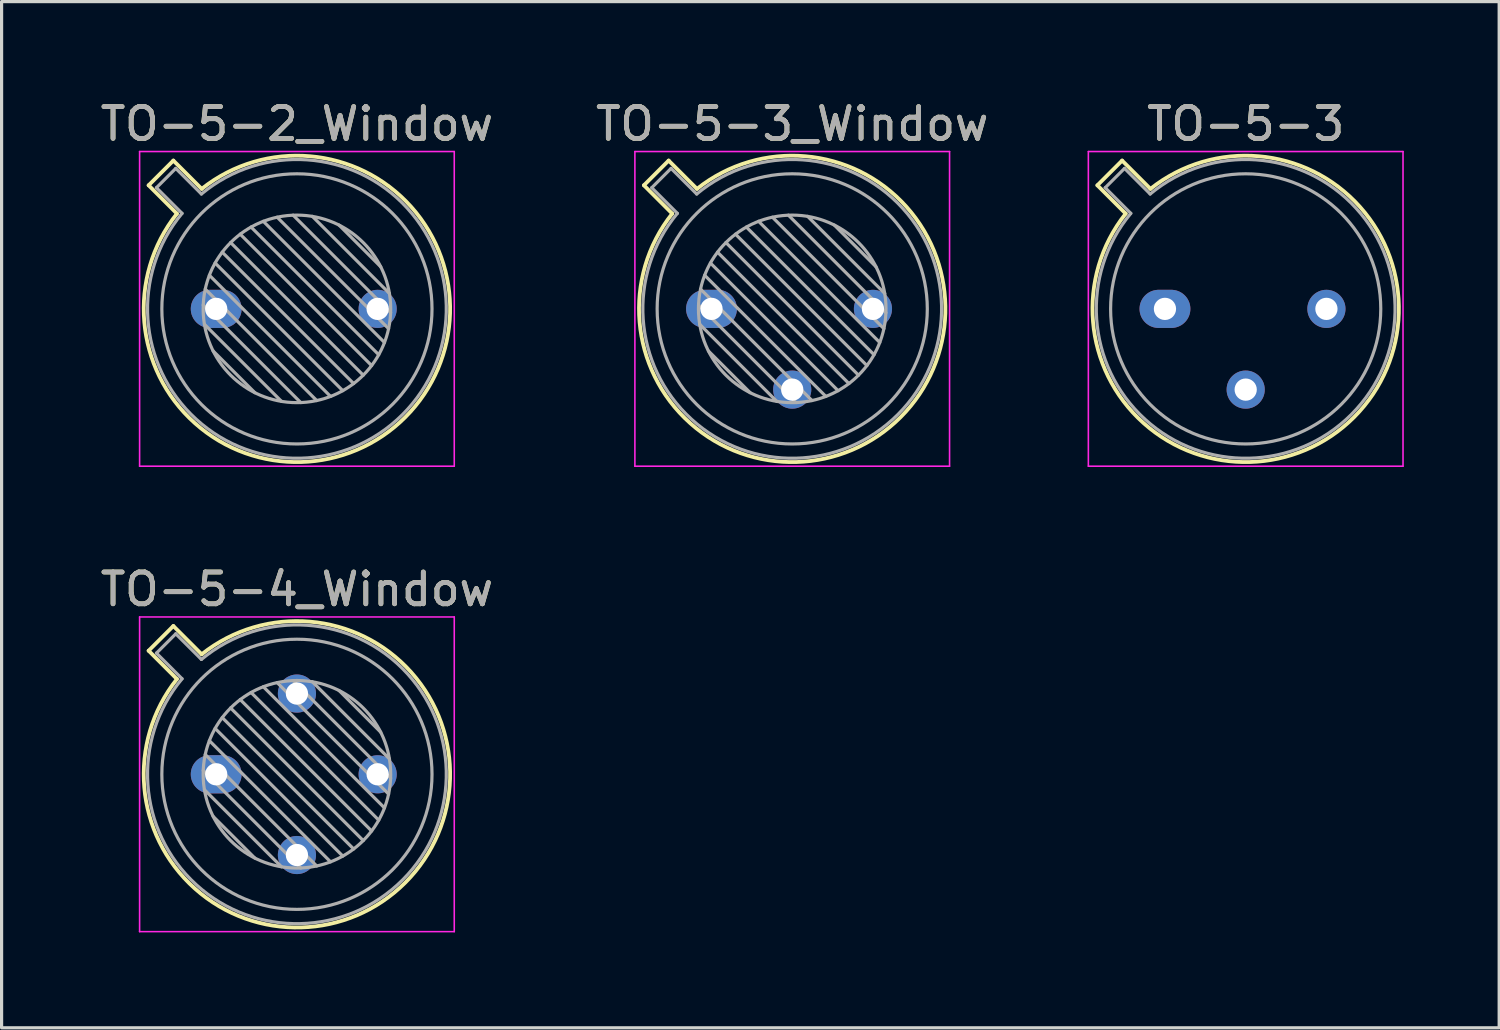
<source format=kicad_pcb>
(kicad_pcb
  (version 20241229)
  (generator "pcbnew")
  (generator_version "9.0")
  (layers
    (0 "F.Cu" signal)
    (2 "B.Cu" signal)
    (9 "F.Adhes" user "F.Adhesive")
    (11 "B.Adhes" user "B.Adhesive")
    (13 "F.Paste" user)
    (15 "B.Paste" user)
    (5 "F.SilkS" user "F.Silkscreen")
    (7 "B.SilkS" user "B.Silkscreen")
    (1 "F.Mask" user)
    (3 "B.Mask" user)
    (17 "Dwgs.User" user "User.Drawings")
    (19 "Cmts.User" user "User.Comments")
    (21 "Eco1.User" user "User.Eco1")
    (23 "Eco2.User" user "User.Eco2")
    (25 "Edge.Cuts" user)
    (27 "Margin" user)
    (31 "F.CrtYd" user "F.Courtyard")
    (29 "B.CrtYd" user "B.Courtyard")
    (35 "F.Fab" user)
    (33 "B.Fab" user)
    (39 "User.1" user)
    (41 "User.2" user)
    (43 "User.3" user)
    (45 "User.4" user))
  (footprint "TO-5-2_Window"
    (layer "F.Cu")
    (at 3.752 6.668)
    (property "Reference" "TO-5-2_Window" (at 2.54 -5.82 0) (layer "F.SilkS") (effects (font (size 1 1) (thickness 0.15))))
    (attr through_hole)
    (fp_line (start -2.126 -3.888) (end -1.235 -2.997) (stroke (width 0.12) (type solid)) (layer "F.SilkS"))
    (fp_line (start -1.348 -4.666) (end -2.126 -3.888) (stroke (width 0.12) (type solid)) (layer "F.SilkS"))
    (fp_line (start -0.457 -3.775) (end -1.348 -4.666) (stroke (width 0.12) (type solid)) (layer "F.SilkS"))
    (fp_arc (start -0.457084 -3.774902) (mid 5.948125 3.408384) (end -1.234674 -2.997371) (stroke (width 0.12) (type solid)) (layer "F.SilkS"))
    (fp_line (start -2.41 -4.95) (end -2.41 4.95) (stroke (width 0.05) (type solid)) (layer "F.CrtYd"))
    (fp_line (start -2.41 4.95) (end 7.49 4.95) (stroke (width 0.05) (type solid)) (layer "F.CrtYd"))
    (fp_line (start 7.49 -4.95) (end -2.41 -4.95) (stroke (width 0.05) (type solid)) (layer "F.CrtYd"))
    (fp_line (start 7.49 4.95) (end 7.49 -4.95) (stroke (width 0.05) (type solid)) (layer "F.CrtYd"))
    (fp_line (start -1.88 -3.812) (end -1.074 -3.005) (stroke (width 0.1) (type solid)) (layer "F.Fab"))
    (fp_line (start -1.272 -4.42) (end -1.88 -3.812) (stroke (width 0.1) (type solid)) (layer "F.Fab"))
    (fp_line (start -0.465 -3.614) (end -1.272 -4.42) (stroke (width 0.1) (type solid)) (layer "F.Fab"))
    (fp_line (start -0.408 -0.12) (end 2.66 2.948) (stroke (width 0.1) (type solid)) (layer "F.Fab"))
    (fp_line (start -0.371 0.485) (end 2.055 2.911) (stroke (width 0.1) (type solid)) (layer "F.Fab"))
    (fp_line (start -0.344 -0.622) (end 3.162 2.884) (stroke (width 0.1) (type solid)) (layer "F.Fab"))
    (fp_line (start -0.215 -1.058) (end 3.598 2.755) (stroke (width 0.1) (type solid)) (layer "F.Fab"))
    (fp_line (start -0.097 1.324) (end 1.216 2.637) (stroke (width 0.1) (type solid)) (layer "F.Fab"))
    (fp_line (start -0.034 -1.443) (end 3.983 2.574) (stroke (width 0.1) (type solid)) (layer "F.Fab"))
    (fp_line (start 0.19 -1.784) (end 4.324 2.35) (stroke (width 0.1) (type solid)) (layer "F.Fab"))
    (fp_line (start 0.454 -2.086) (end 4.626 2.086) (stroke (width 0.1) (type solid)) (layer "F.Fab"))
    (fp_line (start 0.756 -2.35) (end 4.89 1.784) (stroke (width 0.1) (type solid)) (layer "F.Fab"))
    (fp_line (start 1.097 -2.574) (end 5.114 1.443) (stroke (width 0.1) (type solid)) (layer "F.Fab"))
    (fp_line (start 1.482 -2.755) (end 5.295 1.058) (stroke (width 0.1) (type solid)) (layer "F.Fab"))
    (fp_line (start 1.918 -2.884) (end 5.424 0.622) (stroke (width 0.1) (type solid)) (layer "F.Fab"))
    (fp_line (start 2.42 -2.948) (end 5.488 0.12) (stroke (width 0.1) (type solid)) (layer "F.Fab"))
    (fp_line (start 3.025 -2.911) (end 5.451 -0.485) (stroke (width 0.1) (type solid)) (layer "F.Fab"))
    (fp_line (start 3.864 -2.637) (end 5.177 -1.324) (stroke (width 0.1) (type solid)) (layer "F.Fab"))
    (fp_arc (start -0.465408 -3.61352) (mid 5.863443 3.323361) (end -1.073594 -3.005319) (stroke (width 0.1) (type solid)) (layer "F.Fab"))
    (fp_circle (center 2.54 0) (end 5.49 0) (stroke (width 0.1) (type solid)) (fill no) (layer "F.Fab"))
    (fp_circle (center 2.54 0) (end 6.79 0) (stroke (width 0.1) (type solid)) (fill no) (layer "F.Fab"))
    (fp_text user "${REFERENCE}" (at 2.54 -5.82 0) (layer "F.Fab") (effects (font (size 1 1) (thickness 0.15))))
    (pad "1" thru_hole oval (at 0 0) (size 1.6 1.2) (drill 0.7) (layers "*.Cu" "*.Mask"))
    (pad "2" thru_hole oval (at 5.08 0) (size 1.2 1.2) (drill 0.7) (layers "*.Cu" "*.Mask")))
  (footprint "TO-5-3_Window"
    (layer "F.Cu")
    (at 19.335 6.668)
    (property "Reference" "TO-5-3_Window" (at 2.54 -5.82 0) (layer "F.SilkS") (effects (font (size 1 1) (thickness 0.15))))
    (attr through_hole)
    (fp_line (start -2.126 -3.888) (end -1.235 -2.997) (stroke (width 0.12) (type solid)) (layer "F.SilkS"))
    (fp_line (start -1.348 -4.666) (end -2.126 -3.888) (stroke (width 0.12) (type solid)) (layer "F.SilkS"))
    (fp_line (start -0.457 -3.775) (end -1.348 -4.666) (stroke (width 0.12) (type solid)) (layer "F.SilkS"))
    (fp_arc (start -0.457084 -3.774902) (mid 5.948125 3.408384) (end -1.234674 -2.997371) (stroke (width 0.12) (type solid)) (layer "F.SilkS"))
    (fp_line (start -2.41 -4.95) (end -2.41 4.95) (stroke (width 0.05) (type solid)) (layer "F.CrtYd"))
    (fp_line (start -2.41 4.95) (end 7.49 4.95) (stroke (width 0.05) (type solid)) (layer "F.CrtYd"))
    (fp_line (start 7.49 -4.95) (end -2.41 -4.95) (stroke (width 0.05) (type solid)) (layer "F.CrtYd"))
    (fp_line (start 7.49 4.95) (end 7.49 -4.95) (stroke (width 0.05) (type solid)) (layer "F.CrtYd"))
    (fp_line (start -1.88 -3.812) (end -1.074 -3.005) (stroke (width 0.1) (type solid)) (layer "F.Fab"))
    (fp_line (start -1.272 -4.42) (end -1.88 -3.812) (stroke (width 0.1) (type solid)) (layer "F.Fab"))
    (fp_line (start -0.465 -3.614) (end -1.272 -4.42) (stroke (width 0.1) (type solid)) (layer "F.Fab"))
    (fp_line (start -0.408 -0.12) (end 2.66 2.948) (stroke (width 0.1) (type solid)) (layer "F.Fab"))
    (fp_line (start -0.371 0.485) (end 2.055 2.911) (stroke (width 0.1) (type solid)) (layer "F.Fab"))
    (fp_line (start -0.344 -0.622) (end 3.162 2.884) (stroke (width 0.1) (type solid)) (layer "F.Fab"))
    (fp_line (start -0.215 -1.058) (end 3.598 2.755) (stroke (width 0.1) (type solid)) (layer "F.Fab"))
    (fp_line (start -0.097 1.324) (end 1.216 2.637) (stroke (width 0.1) (type solid)) (layer "F.Fab"))
    (fp_line (start -0.034 -1.443) (end 3.983 2.574) (stroke (width 0.1) (type solid)) (layer "F.Fab"))
    (fp_line (start 0.19 -1.784) (end 4.324 2.35) (stroke (width 0.1) (type solid)) (layer "F.Fab"))
    (fp_line (start 0.454 -2.086) (end 4.626 2.086) (stroke (width 0.1) (type solid)) (layer "F.Fab"))
    (fp_line (start 0.756 -2.35) (end 4.89 1.784) (stroke (width 0.1) (type solid)) (layer "F.Fab"))
    (fp_line (start 1.097 -2.574) (end 5.114 1.443) (stroke (width 0.1) (type solid)) (layer "F.Fab"))
    (fp_line (start 1.482 -2.755) (end 5.295 1.058) (stroke (width 0.1) (type solid)) (layer "F.Fab"))
    (fp_line (start 1.918 -2.884) (end 5.424 0.622) (stroke (width 0.1) (type solid)) (layer "F.Fab"))
    (fp_line (start 2.42 -2.948) (end 5.488 0.12) (stroke (width 0.1) (type solid)) (layer "F.Fab"))
    (fp_line (start 3.025 -2.911) (end 5.451 -0.485) (stroke (width 0.1) (type solid)) (layer "F.Fab"))
    (fp_line (start 3.864 -2.637) (end 5.177 -1.324) (stroke (width 0.1) (type solid)) (layer "F.Fab"))
    (fp_arc (start -0.465408 -3.61352) (mid 5.863443 3.323361) (end -1.073594 -3.005319) (stroke (width 0.1) (type solid)) (layer "F.Fab"))
    (fp_circle (center 2.54 0) (end 5.49 0) (stroke (width 0.1) (type solid)) (fill no) (layer "F.Fab"))
    (fp_circle (center 2.54 0) (end 6.79 0) (stroke (width 0.1) (type solid)) (fill no) (layer "F.Fab"))
    (fp_text user "${REFERENCE}" (at 2.54 -5.82 0) (layer "F.Fab") (effects (font (size 1 1) (thickness 0.15))))
    (pad "1" thru_hole oval (at 0 0) (size 1.6 1.2) (drill 0.7) (layers "*.Cu" "*.Mask"))
    (pad "2" thru_hole oval (at 2.54 2.54) (size 1.2 1.2) (drill 0.7) (layers "*.Cu" "*.Mask"))
    (pad "3" thru_hole oval (at 5.08 0) (size 1.2 1.2) (drill 0.7) (layers "*.Cu" "*.Mask")))
  (footprint "TO-5-3"
    (layer "F.Cu")
    (at 33.602 6.668)
    (property "Reference" "TO-5-3" (at 2.54 -5.82 0) (layer "F.SilkS") (effects (font (size 1 1) (thickness 0.15))))
    (attr through_hole)
    (fp_line (start -2.126 -3.888) (end -1.235 -2.997) (stroke (width 0.12) (type solid)) (layer "F.SilkS"))
    (fp_line (start -1.348 -4.666) (end -2.126 -3.888) (stroke (width 0.12) (type solid)) (layer "F.SilkS"))
    (fp_line (start -0.457 -3.775) (end -1.348 -4.666) (stroke (width 0.12) (type solid)) (layer "F.SilkS"))
    (fp_arc (start -0.457084 -3.774902) (mid 5.948125 3.408384) (end -1.234674 -2.997371) (stroke (width 0.12) (type solid)) (layer "F.SilkS"))
    (fp_line (start -2.41 -4.95) (end -2.41 4.95) (stroke (width 0.05) (type solid)) (layer "F.CrtYd"))
    (fp_line (start -2.41 4.95) (end 7.49 4.95) (stroke (width 0.05) (type solid)) (layer "F.CrtYd"))
    (fp_line (start 7.49 -4.95) (end -2.41 -4.95) (stroke (width 0.05) (type solid)) (layer "F.CrtYd"))
    (fp_line (start 7.49 4.95) (end 7.49 -4.95) (stroke (width 0.05) (type solid)) (layer "F.CrtYd"))
    (fp_line (start -1.88 -3.812) (end -1.074 -3.005) (stroke (width 0.1) (type solid)) (layer "F.Fab"))
    (fp_line (start -1.272 -4.42) (end -1.88 -3.812) (stroke (width 0.1) (type solid)) (layer "F.Fab"))
    (fp_line (start -0.465 -3.614) (end -1.272 -4.42) (stroke (width 0.1) (type solid)) (layer "F.Fab"))
    (fp_arc (start -0.465408 -3.61352) (mid 5.863443 3.323361) (end -1.073594 -3.005319) (stroke (width 0.1) (type solid)) (layer "F.Fab"))
    (fp_circle (center 2.54 0) (end 6.79 0) (stroke (width 0.1) (type solid)) (fill no) (layer "F.Fab"))
    (fp_text user "${REFERENCE}" (at 2.54 -5.82 0) (layer "F.Fab") (effects (font (size 1 1) (thickness 0.15))))
    (pad "1" thru_hole oval (at 0 0) (size 1.6 1.2) (drill 0.7) (layers "*.Cu" "*.Mask"))
    (pad "2" thru_hole oval (at 2.54 2.54) (size 1.2 1.2) (drill 0.7) (layers "*.Cu" "*.Mask"))
    (pad "3" thru_hole oval (at 5.08 0) (size 1.2 1.2) (drill 0.7) (layers "*.Cu" "*.Mask")))
  (footprint "TO-5-4_Window"
    (layer "F.Cu")
    (at 3.752 21.311)
    (property "Reference" "TO-5-4_Window" (at 2.54 -5.82 0) (layer "F.SilkS") (effects (font (size 1 1) (thickness 0.15))))
    (attr through_hole)
    (fp_line (start -2.126 -3.888) (end -1.235 -2.997) (stroke (width 0.12) (type solid)) (layer "F.SilkS"))
    (fp_line (start -1.348 -4.666) (end -2.126 -3.888) (stroke (width 0.12) (type solid)) (layer "F.SilkS"))
    (fp_line (start -0.457 -3.775) (end -1.348 -4.666) (stroke (width 0.12) (type solid)) (layer "F.SilkS"))
    (fp_arc (start -0.457084 -3.774902) (mid 5.948125 3.408384) (end -1.234674 -2.997371) (stroke (width 0.12) (type solid)) (layer "F.SilkS"))
    (fp_line (start -2.41 -4.95) (end -2.41 4.95) (stroke (width 0.05) (type solid)) (layer "F.CrtYd"))
    (fp_line (start -2.41 4.95) (end 7.49 4.95) (stroke (width 0.05) (type solid)) (layer "F.CrtYd"))
    (fp_line (start 7.49 -4.95) (end -2.41 -4.95) (stroke (width 0.05) (type solid)) (layer "F.CrtYd"))
    (fp_line (start 7.49 4.95) (end 7.49 -4.95) (stroke (width 0.05) (type solid)) (layer "F.CrtYd"))
    (fp_line (start -1.88 -3.812) (end -1.074 -3.005) (stroke (width 0.1) (type solid)) (layer "F.Fab"))
    (fp_line (start -1.272 -4.42) (end -1.88 -3.812) (stroke (width 0.1) (type solid)) (layer "F.Fab"))
    (fp_line (start -0.465 -3.614) (end -1.272 -4.42) (stroke (width 0.1) (type solid)) (layer "F.Fab"))
    (fp_line (start -0.408 -0.12) (end 2.66 2.948) (stroke (width 0.1) (type solid)) (layer "F.Fab"))
    (fp_line (start -0.371 0.485) (end 2.055 2.911) (stroke (width 0.1) (type solid)) (layer "F.Fab"))
    (fp_line (start -0.344 -0.622) (end 3.162 2.884) (stroke (width 0.1) (type solid)) (layer "F.Fab"))
    (fp_line (start -0.215 -1.058) (end 3.598 2.755) (stroke (width 0.1) (type solid)) (layer "F.Fab"))
    (fp_line (start -0.097 1.324) (end 1.216 2.637) (stroke (width 0.1) (type solid)) (layer "F.Fab"))
    (fp_line (start -0.034 -1.443) (end 3.983 2.574) (stroke (width 0.1) (type solid)) (layer "F.Fab"))
    (fp_line (start 0.19 -1.784) (end 4.324 2.35) (stroke (width 0.1) (type solid)) (layer "F.Fab"))
    (fp_line (start 0.454 -2.086) (end 4.626 2.086) (stroke (width 0.1) (type solid)) (layer "F.Fab"))
    (fp_line (start 0.756 -2.35) (end 4.89 1.784) (stroke (width 0.1) (type solid)) (layer "F.Fab"))
    (fp_line (start 1.097 -2.574) (end 5.114 1.443) (stroke (width 0.1) (type solid)) (layer "F.Fab"))
    (fp_line (start 1.482 -2.755) (end 5.295 1.058) (stroke (width 0.1) (type solid)) (layer "F.Fab"))
    (fp_line (start 1.918 -2.884) (end 5.424 0.622) (stroke (width 0.1) (type solid)) (layer "F.Fab"))
    (fp_line (start 2.42 -2.948) (end 5.488 0.12) (stroke (width 0.1) (type solid)) (layer "F.Fab"))
    (fp_line (start 3.025 -2.911) (end 5.451 -0.485) (stroke (width 0.1) (type solid)) (layer "F.Fab"))
    (fp_line (start 3.864 -2.637) (end 5.177 -1.324) (stroke (width 0.1) (type solid)) (layer "F.Fab"))
    (fp_arc (start -0.465408 -3.61352) (mid 5.863443 3.323361) (end -1.073594 -3.005319) (stroke (width 0.1) (type solid)) (layer "F.Fab"))
    (fp_circle (center 2.54 0) (end 5.49 0) (stroke (width 0.1) (type solid)) (fill no) (layer "F.Fab"))
    (fp_circle (center 2.54 0) (end 6.79 0) (stroke (width 0.1) (type solid)) (fill no) (layer "F.Fab"))
    (fp_text user "${REFERENCE}" (at 2.54 -5.82 0) (layer "F.Fab") (effects (font (size 1 1) (thickness 0.15))))
    (pad "1" thru_hole oval (at 0 0) (size 1.6 1.2) (drill 0.7) (layers "*.Cu" "*.Mask"))
    (pad "2" thru_hole oval (at 2.54 2.54) (size 1.2 1.2) (drill 0.7) (layers "*.Cu" "*.Mask"))
    (pad "3" thru_hole oval (at 5.08 0) (size 1.2 1.2) (drill 0.7) (layers "*.Cu" "*.Mask"))
    (pad "4" thru_hole oval (at 2.54 -2.54) (size 1.2 1.2) (drill 0.7) (layers "*.Cu" "*.Mask")))
  (gr_rect
    (start -3 -3)
    (end 44.117 29.287)
    (stroke (width 0.1) (type default))
    (fill no)
    (layer "Edge.Cuts")))
</source>
